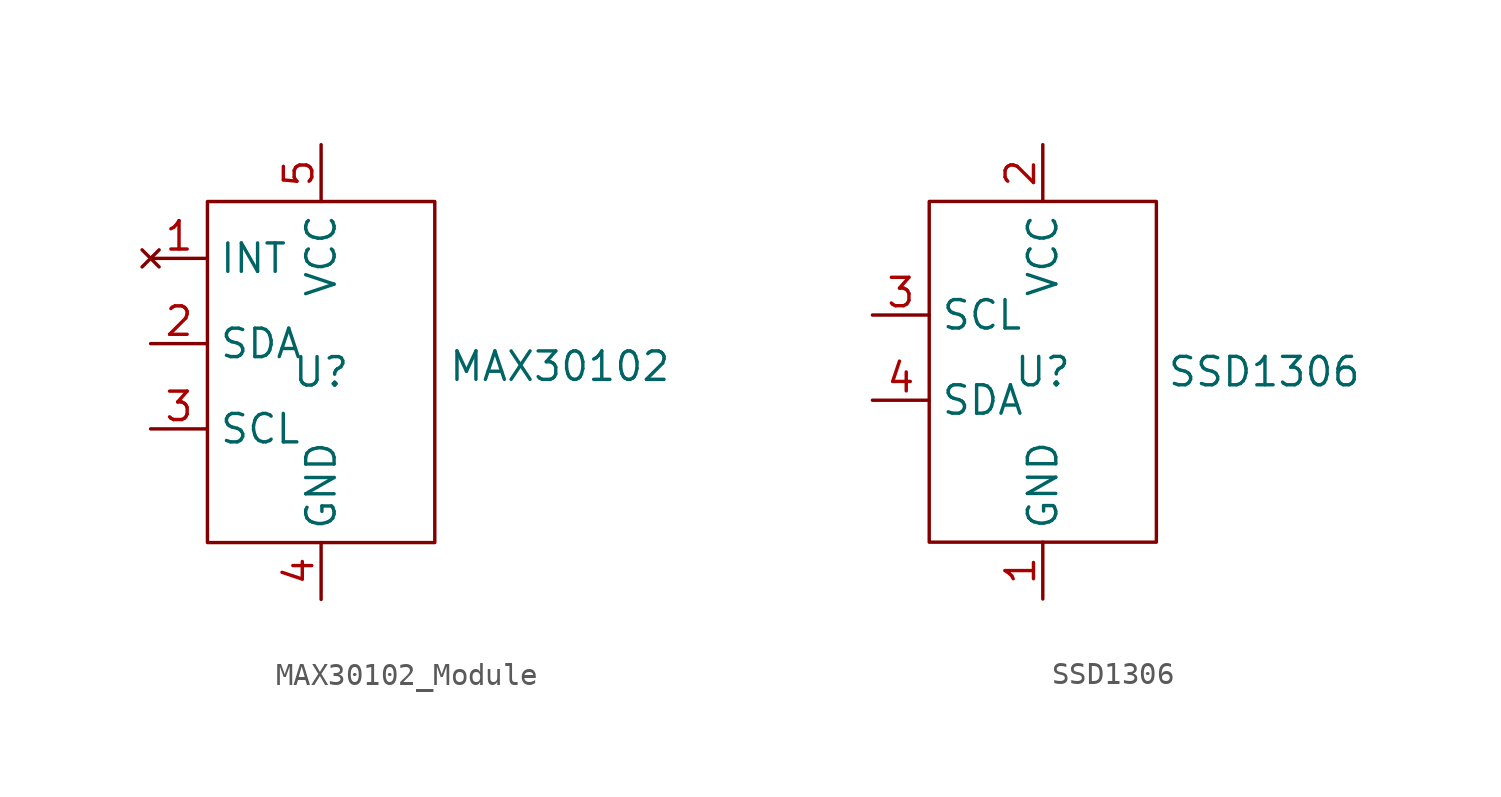
<source format=kicad_sym>
(kicad_symbol_lib
  (version 20241209)
  (generator "kicad_symbol_editor")
  (generator_version "9.0")
  (symbol "MAX30102_Module"
    (property "Reference" "U"
      (at 0 0 0)
      (effects (font (size 1.27 1.27))))
    (property "Value" "MAX30102"
      (at 10.668 0.254 0)
      (effects (font (size 1.27 1.27))))
    (symbol "MAX30102_Module_0_1"
      (rectangle (start -5.08 7.62) (end 5.08 -7.62) (stroke (width 0) (type default)) (fill (type none))))
    (symbol "MAX30102_Module_1_1"
      (pin no_connect line (at -7.62 5.08 0) (length 2.54) (name "INT" (effects (font (size 1.27 1.27)))) (number "1" (effects (font (size 1.27 1.27)))))
      (pin bidirectional line (at -7.62 1.27 0) (length 2.54) (name "SDA" (effects (font (size 1.27 1.27)))) (number "2" (effects (font (size 1.27 1.27)))))
      (pin input line (at -7.62 -2.54 0) (length 2.54) (name "SCL" (effects (font (size 1.27 1.27)))) (number "3" (effects (font (size 1.27 1.27)))))
      (pin power_in line (at 0 10.16 270) (length 2.54) (name "VCC" (effects (font (size 1.27 1.27)))) (number "5" (effects (font (size 1.27 1.27)))))
      (pin power_in line (at 0 -10.16 90) (length 2.54) (name "GND" (effects (font (size 1.27 1.27)))) (number "4" (effects (font (size 1.27 1.27)))))))
  (symbol "SSD1306"
    (property "Reference" "U"
      (at 0 0 0)
      (effects (font (size 1.27 1.27))))
    (property "Value" "SSD1306"
      (at 9.906 0 0)
      (effects (font (size 1.27 1.27))))
    (symbol "SSD1306_0_1"
      (rectangle (start -5.08 7.62) (end 5.08 -7.62) (stroke (width 0) (type default)) (fill (type none))))
    (symbol "SSD1306_1_1"
      (pin input line (at -7.62 2.54 0) (length 2.54) (name "SCL" (effects (font (size 1.27 1.27)))) (number "3" (effects (font (size 1.27 1.27)))))
      (pin bidirectional line (at -7.62 -1.27 0) (length 2.54) (name "SDA" (effects (font (size 1.27 1.27)))) (number "4" (effects (font (size 1.27 1.27)))))
      (pin power_in line (at 0 10.16 270) (length 2.54) (name "VCC" (effects (font (size 1.27 1.27)))) (number "2" (effects (font (size 1.27 1.27)))))
      (pin power_in line (at 0 -10.16 90) (length 2.54) (name "GND" (effects (font (size 1.27 1.27)))) (number "1" (effects (font (size 1.27 1.27))))))))
</source>
